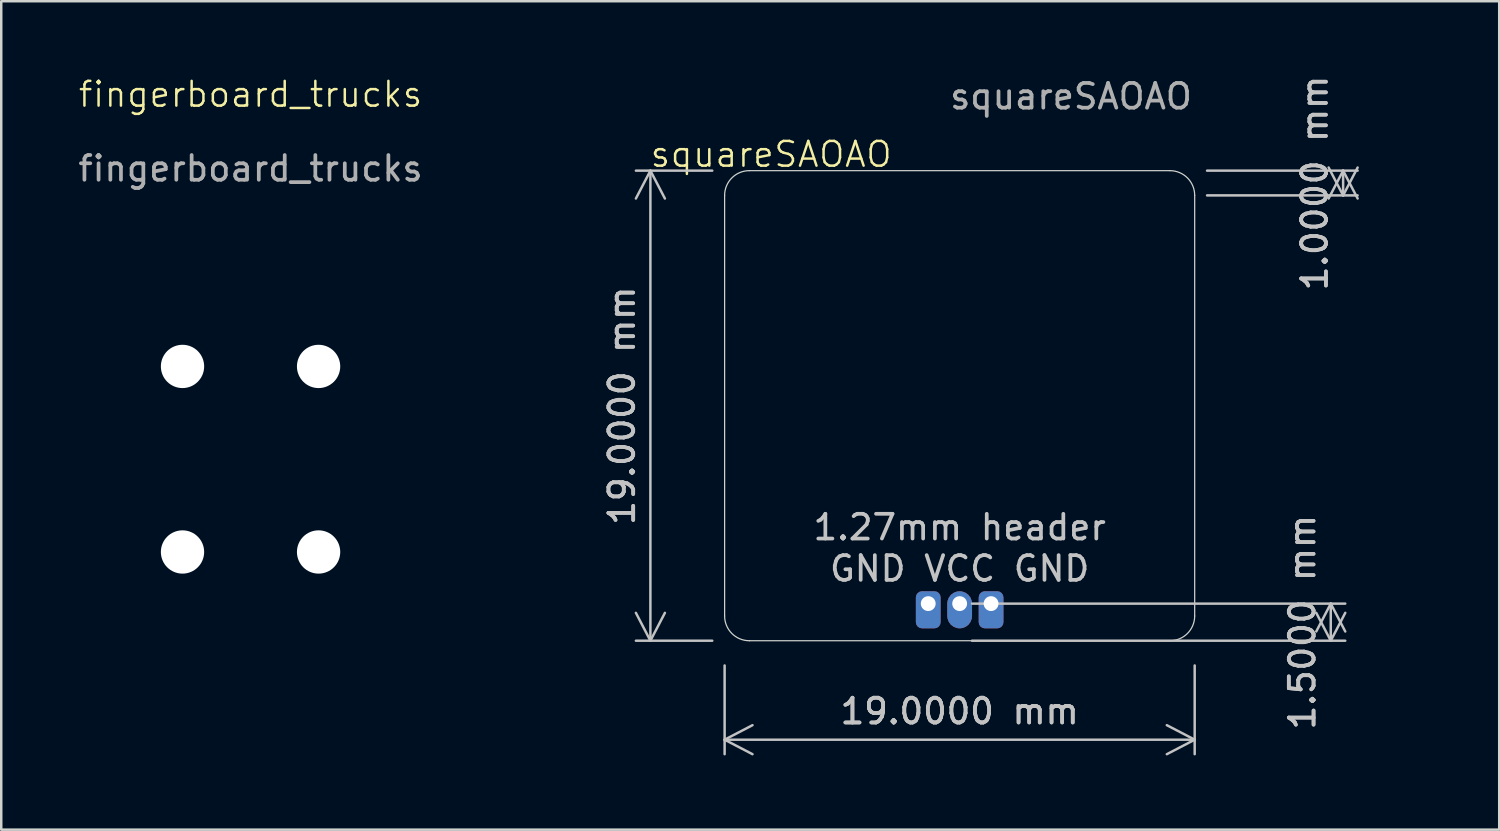
<source format=kicad_pcb>
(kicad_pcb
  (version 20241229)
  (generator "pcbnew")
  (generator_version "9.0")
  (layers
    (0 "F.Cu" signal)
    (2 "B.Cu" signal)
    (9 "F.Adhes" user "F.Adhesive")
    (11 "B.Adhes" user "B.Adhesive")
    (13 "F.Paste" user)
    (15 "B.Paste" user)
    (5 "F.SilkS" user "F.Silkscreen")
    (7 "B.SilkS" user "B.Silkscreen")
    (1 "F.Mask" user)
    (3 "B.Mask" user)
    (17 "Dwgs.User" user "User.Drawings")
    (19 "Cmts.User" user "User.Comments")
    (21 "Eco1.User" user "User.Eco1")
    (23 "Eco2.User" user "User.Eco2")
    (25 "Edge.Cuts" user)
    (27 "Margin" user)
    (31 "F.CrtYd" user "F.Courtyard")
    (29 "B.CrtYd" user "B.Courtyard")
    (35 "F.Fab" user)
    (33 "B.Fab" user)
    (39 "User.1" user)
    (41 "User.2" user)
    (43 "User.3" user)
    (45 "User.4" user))
  (footprint "squareSAOAO"
    (layer "F.Cu")
    (at 35.739 13.348)
    (property "Reference" "squareSAOAO" (at -7.62 -10.16 0) (unlocked yes) (layer "F.SilkS") (effects (font (size 1 1) (thickness 0.1))))
    (attr smd)
    (fp_line (start -9.5 -8.5) (end -9.5 8.5) (stroke (width 0.05) (type default)) (layer "Edge.Cuts"))
    (fp_line (start -8.5 9.5) (end 8.5 9.5) (stroke (width 0.05) (type default)) (layer "Edge.Cuts"))
    (fp_line (start 8.5 -9.5) (end -8.5 -9.5) (stroke (width 0.05) (type default)) (layer "Edge.Cuts"))
    (fp_line (start 9.5 8.5) (end 9.5 -8.5) (stroke (width 0.05) (type default)) (layer "Edge.Cuts"))
    (fp_arc (start -9.5 -8.5) (mid -9.207107 -9.207107) (end -8.5 -9.5) (stroke (width 0.05) (type default)) (layer "Edge.Cuts"))
    (fp_arc (start -8.5 9.5) (mid -9.207107 9.207107) (end -9.5 8.5) (stroke (width 0.05) (type default)) (layer "Edge.Cuts"))
    (fp_arc (start 8.5 -9.5) (mid 9.207107 -9.207107) (end 9.5 -8.5) (stroke (width 0.05) (type default)) (layer "Edge.Cuts"))
    (fp_arc (start 9.5 8.5) (mid 9.207107 9.207107) (end 8.5 9.5) (stroke (width 0.05) (type default)) (layer "Edge.Cuts"))
    (fp_text user "GND VCC GND" (at 0 6 0) (unlocked yes) (layer "Dwgs.User") (effects (font (size 1 1) (thickness 0.15)) (justify top)))
    (fp_text user "1.27mm header" (at 0 5.5 0) (unlocked yes) (layer "Dwgs.User") (effects (font (size 1 1) (thickness 0.15)) (justify bottom)))
    (fp_text user "${REFERENCE}" (at 4.5 -12.5 0) (unlocked yes) (layer "F.Fab") (effects (font (size 1 1) (thickness 0.15))))
    (dimension (type aligned) (layer "Dwgs.User") (pts (xy 35.739 21.348) (xy 35.739 22.848)) (height -15) (format (prefix "") (suffix "") (units 3) (units_format 1) (precision 4)) (style (thickness 0.1) (arrow_length 1.27) (text_position_mode 0) (arrow_direction outward) (extension_height 0.586) (extension_offset 0.5) (keep_text_aligned yes)) (gr_text "1.5000 mm" (at 49.589 22.098 90) (layer "Dwgs.User") (effects (font (size 1 1) (thickness 0.15)))))
    (dimension (type aligned) (layer "Dwgs.User") (pts (xy 26.239 23.348) (xy 45.239 23.348)) (height 3.5) (format (prefix "") (suffix "") (units 3) (units_format 1) (precision 4)) (style (thickness 0.1) (arrow_length 1.27) (text_position_mode 0) (arrow_direction outward) (extension_height 0.586) (extension_offset 0.5) (keep_text_aligned yes)) (gr_text "19.0000 mm" (at 35.739 25.698 0) (layer "Dwgs.User") (effects (font (size 1 1) (thickness 0.15)))))
    (dimension (type aligned) (layer "Dwgs.User") (pts (xy 45.239 3.848) (xy 45.239 4.848)) (height -6) (format (prefix "") (suffix "") (units 3) (units_format 1) (precision 4)) (style (thickness 0.1) (arrow_length 1.27) (text_position_mode 0) (arrow_direction outward) (extension_height 0.586) (extension_offset 0.5) (keep_text_aligned yes)) (gr_text "1.0000 mm" (at 50.089 4.348 90) (layer "Dwgs.User") (effects (font (size 1 1) (thickness 0.15)))))
    (dimension (type aligned) (layer "Dwgs.User") (pts (xy 26.239 3.848) (xy 26.239 22.848)) (height 3) (format (prefix "") (suffix "") (units 3) (units_format 1) (precision 4)) (style (thickness 0.1) (arrow_length 1.27) (text_position_mode 0) (arrow_direction outward) (extension_height 0.586) (extension_offset 0.5) (keep_text_aligned yes)) (gr_text "19.0000 mm" (at 22.089 13.348 90) (layer "Dwgs.User") (effects (font (size 1 1) (thickness 0.15)))))
    (pad "1" thru_hole roundrect (at -1.27 8) (size 1 1.5) (drill 0.6 (offset 0 0.25)) (layers "*.Cu" "F.Mask") (roundrect_rratio 0.25))
    (pad "2" thru_hole roundrect (at 0 8) (size 1 1.5) (drill 0.6 (offset 0 0.25)) (layers "*.Cu" "F.Mask") (roundrect_rratio 0.5))
    (pad "3" thru_hole roundrect (at 1.27 8) (size 1 1.5) (drill 0.6 (offset 0 0.25)) (layers "*.Cu" "F.Mask") (roundrect_rratio 0.25)))
  (footprint "fingerboard_trucks"
    (layer "F.Cu")
    (at 7.077 15.511)
    (property "Reference" "fingerboard_trucks" (at 0 -14.75 0) (unlocked yes) (layer "F.SilkS") (effects (font (size 1 1) (thickness 0.1))))
    (attr smd)
    (fp_text user "${REFERENCE}" (at 0 -11.75 0) (unlocked yes) (layer "F.Fab") (effects (font (size 1 1) (thickness 0.15))))
    (pad "" np_thru_hole circle (at -2.75 -3.75) (size 1.75 1.75) (drill 1.75) (layers "*.Cu" "*.Mask"))
    (pad "" np_thru_hole circle (at -2.75 3.75) (size 1.75 1.75) (drill 1.75) (layers "*.Cu" "*.Mask"))
    (pad "" np_thru_hole circle (at 2.75 -3.75) (size 1.75 1.75) (drill 1.75) (layers "*.Cu" "*.Mask"))
    (pad "" np_thru_hole circle (at 2.75 3.75) (size 1.75 1.75) (drill 1.75) (layers "*.Cu" "*.Mask")))
  (gr_rect
    (start -3 -3)
    (end 57.548 30.485)
    (stroke (width 0.1) (type default))
    (fill no)
    (layer "Edge.Cuts")))
</source>
